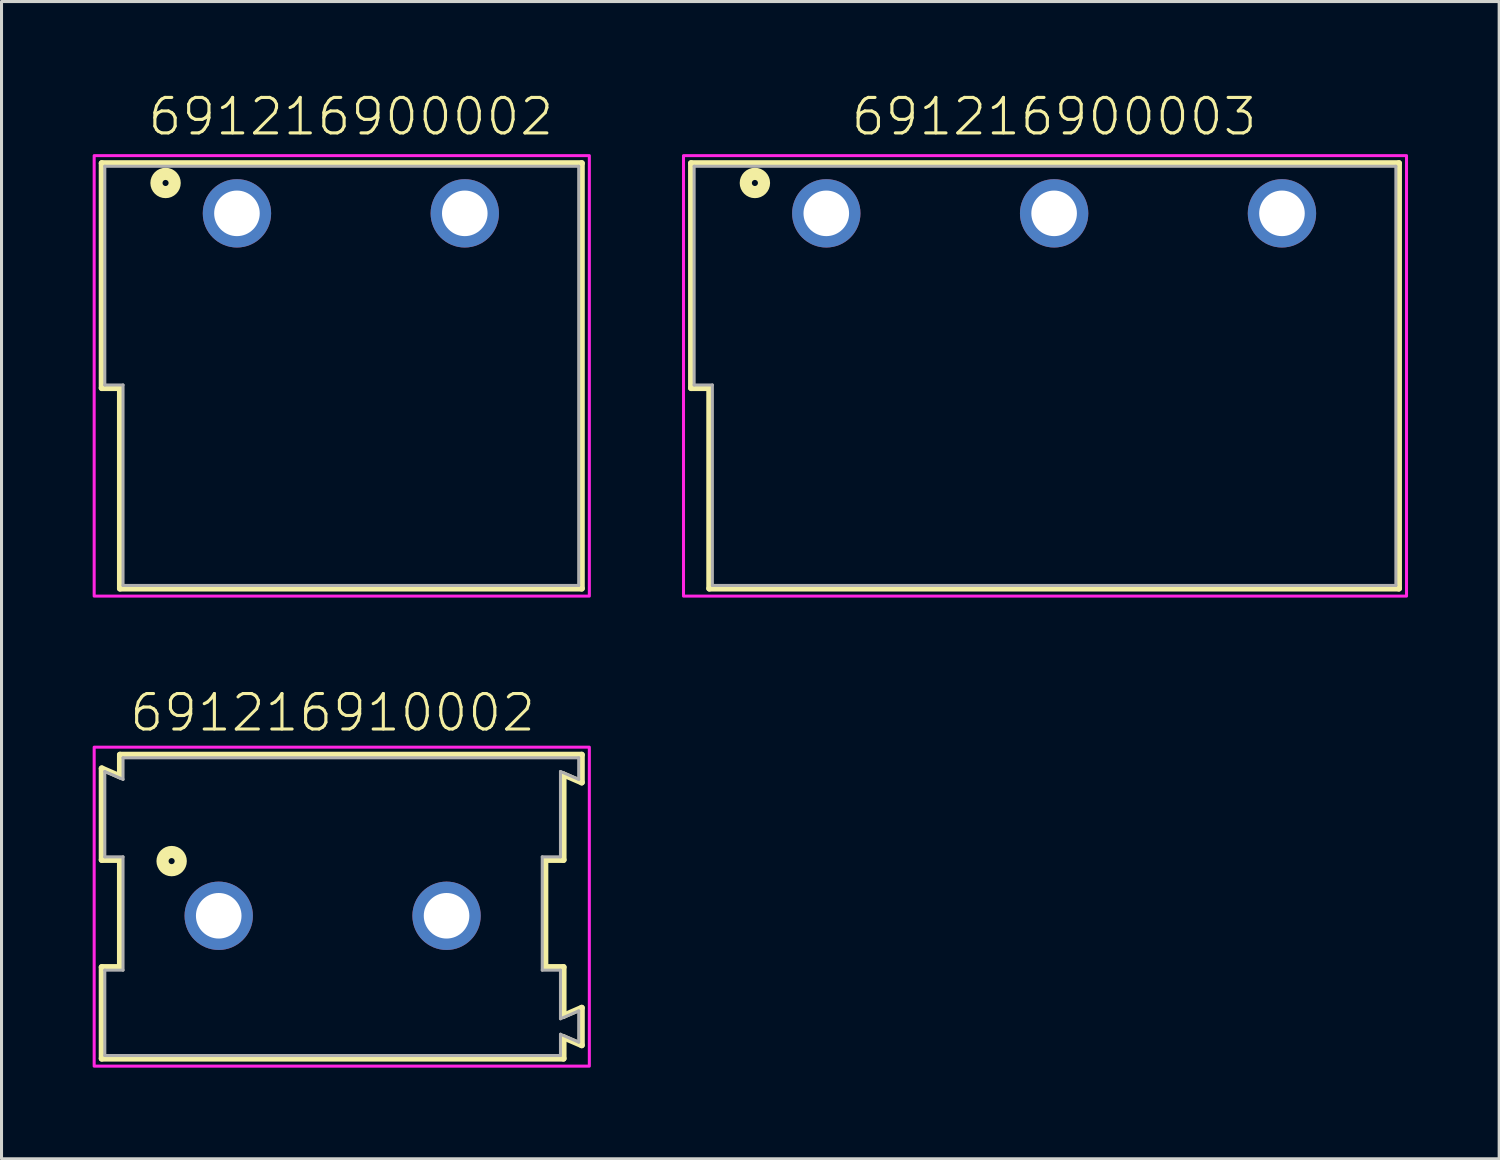
<source format=kicad_pcb>
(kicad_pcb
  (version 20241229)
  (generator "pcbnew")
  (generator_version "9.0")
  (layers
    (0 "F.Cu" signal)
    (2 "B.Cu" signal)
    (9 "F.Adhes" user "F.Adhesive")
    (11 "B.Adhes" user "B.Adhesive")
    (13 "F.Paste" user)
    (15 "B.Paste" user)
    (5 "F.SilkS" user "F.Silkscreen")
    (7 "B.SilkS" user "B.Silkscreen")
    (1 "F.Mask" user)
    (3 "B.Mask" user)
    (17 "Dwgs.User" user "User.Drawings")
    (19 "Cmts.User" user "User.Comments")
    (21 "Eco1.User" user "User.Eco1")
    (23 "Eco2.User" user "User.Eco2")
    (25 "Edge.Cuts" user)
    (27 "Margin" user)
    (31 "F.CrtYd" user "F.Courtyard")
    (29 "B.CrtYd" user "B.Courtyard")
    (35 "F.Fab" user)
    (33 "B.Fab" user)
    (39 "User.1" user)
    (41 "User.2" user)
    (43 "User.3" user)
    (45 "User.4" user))
  (footprint "691216910002"
    (layer "F.Cu")
    (at 7.9 27.096)
    (property "Reference" "691216910002" (at 0 -6 0) (unlocked yes) (layer "F.SilkS") (effects (font (size 1.168 1.168) (thickness 0.102)) (justify bottom)))
    (fp_line (start -7.6 -4.85) (end -7 -4.59) (stroke (width 0.2) (type solid)) (layer "F.SilkS"))
    (fp_line (start -7.6 -1.84) (end -7.6 -4.85) (stroke (width 0.2) (type solid)) (layer "F.SilkS"))
    (fp_line (start -7.6 1.69) (end -7 1.69) (stroke (width 0.2) (type solid)) (layer "F.SilkS"))
    (fp_line (start -7.6 4.7) (end -7.6 1.69) (stroke (width 0.2) (type solid)) (layer "F.SilkS"))
    (fp_line (start -7 -5.3) (end 8.2 -5.3) (stroke (width 0.2) (type solid)) (layer "F.SilkS"))
    (fp_line (start -7 -4.59) (end -7 -5.3) (stroke (width 0.2) (type solid)) (layer "F.SilkS"))
    (fp_line (start -7 -1.84) (end -7.6 -1.84) (stroke (width 0.2) (type solid)) (layer "F.SilkS"))
    (fp_line (start -7 1.69) (end -7 -1.84) (stroke (width 0.2) (type solid)) (layer "F.SilkS"))
    (fp_line (start 7 -1.84) (end 7 1.69) (stroke (width 0.2) (type solid)) (layer "F.SilkS"))
    (fp_line (start 7 1.69) (end 7.6 1.69) (stroke (width 0.2) (type solid)) (layer "F.SilkS"))
    (fp_line (start 7.6 -4.65) (end 7.6 -1.84) (stroke (width 0.2) (type solid)) (layer "F.SilkS"))
    (fp_line (start 7.6 -1.84) (end 7 -1.84) (stroke (width 0.2) (type solid)) (layer "F.SilkS"))
    (fp_line (start 7.6 1.69) (end 7.6 3.29) (stroke (width 0.2) (type solid)) (layer "F.SilkS"))
    (fp_line (start 7.6 3.29) (end 8.2 3.03) (stroke (width 0.2) (type solid)) (layer "F.SilkS"))
    (fp_line (start 7.6 4) (end 7.6 4.7) (stroke (width 0.2) (type solid)) (layer "F.SilkS"))
    (fp_line (start 7.6 4.7) (end -7.6 4.7) (stroke (width 0.2) (type solid)) (layer "F.SilkS"))
    (fp_line (start 8.2 -5.3) (end 8.2 -4.39) (stroke (width 0.2) (type solid)) (layer "F.SilkS"))
    (fp_line (start 8.2 -4.39) (end 7.6 -4.65) (stroke (width 0.2) (type solid)) (layer "F.SilkS"))
    (fp_line (start 8.2 3.03) (end 8.2 4.26) (stroke (width 0.2) (type solid)) (layer "F.SilkS"))
    (fp_line (start 8.2 4.26) (end 7.6 4) (stroke (width 0.2) (type solid)) (layer "F.SilkS"))
    (fp_circle (center -5.3 -1.8) (end -5.2 -1.8) (stroke (width 0.4) (type solid)) (fill no) (layer "F.SilkS"))
    (fp_poly (pts (xy 8.45 4.95) (xy -7.85 4.95) (xy -7.85 -5.55) (xy 8.45 -5.55)) (stroke (width 0.1) (type default)) (fill no) (layer "F.CrtYd"))
    (fp_line (start -7.5 -4.75) (end -7.5 -1.94) (stroke (width 0.1) (type solid)) (layer "F.Fab"))
    (fp_line (start -7.5 -4.75) (end -6.9 -4.49) (stroke (width 0.1) (type solid)) (layer "F.Fab"))
    (fp_line (start -7.5 -1.94) (end -6.9 -1.94) (stroke (width 0.1) (type solid)) (layer "F.Fab"))
    (fp_line (start -7.5 1.79) (end -7.5 4.6) (stroke (width 0.1) (type solid)) (layer "F.Fab"))
    (fp_line (start -7.5 4.6) (end 7.5 4.6) (stroke (width 0.1) (type solid)) (layer "F.Fab"))
    (fp_line (start -6.9 -5.2) (end 8.1 -5.2) (stroke (width 0.1) (type solid)) (layer "F.Fab"))
    (fp_line (start -6.9 -4.49) (end -6.9 -5.2) (stroke (width 0.1) (type solid)) (layer "F.Fab"))
    (fp_line (start -6.9 -1.94) (end -6.9 1.79) (stroke (width 0.1) (type solid)) (layer "F.Fab"))
    (fp_line (start -6.9 1.79) (end -7.5 1.79) (stroke (width 0.1) (type solid)) (layer "F.Fab"))
    (fp_line (start 6.9 -1.94) (end 6.9 1.79) (stroke (width 0.1) (type solid)) (layer "F.Fab"))
    (fp_line (start 6.9 1.79) (end 7.5 1.79) (stroke (width 0.1) (type solid)) (layer "F.Fab"))
    (fp_line (start 7.5 -4.75) (end 7.5 -1.94) (stroke (width 0.1) (type solid)) (layer "F.Fab"))
    (fp_line (start 7.5 -1.94) (end 6.9 -1.94) (stroke (width 0.1) (type solid)) (layer "F.Fab"))
    (fp_line (start 7.5 1.79) (end 7.5 3.39) (stroke (width 0.1) (type solid)) (layer "F.Fab"))
    (fp_line (start 7.5 3.39) (end 8.1 3.13) (stroke (width 0.1) (type solid)) (layer "F.Fab"))
    (fp_line (start 7.5 3.9) (end 7.5 4.6) (stroke (width 0.1) (type solid)) (layer "F.Fab"))
    (fp_line (start 7.5 3.9) (end 8.1 4.16) (stroke (width 0.1) (type solid)) (layer "F.Fab"))
    (fp_line (start 8.1 -5.2) (end 8.1 -4.49) (stroke (width 0.1) (type solid)) (layer "F.Fab"))
    (fp_line (start 8.1 -4.49) (end 7.5 -4.75) (stroke (width 0.1) (type solid)) (layer "F.Fab"))
    (fp_line (start 8.1 3.13) (end 8.1 4.16) (stroke (width 0.1) (type solid)) (layer "F.Fab"))
    (pad "1" thru_hole circle (at -3.75 0) (size 2.25 2.25) (drill 1.5) (layers "*.Cu" "*.Mask"))
    (pad "2" thru_hole circle (at 3.75 0) (size 2.25 2.25) (drill 1.5) (layers "*.Cu" "*.Mask")))
  (footprint "691216900002"
    (layer "F.Cu")
    (at 8.5 3.973)
    (property "Reference" "691216900002" (at 0 -2.5 0) (unlocked yes) (layer "F.SilkS") (effects (font (size 1.168 1.168) (thickness 0.102)) (justify bottom)))
    (fp_line (start -8.2 -1.65) (end 7.6 -1.65) (stroke (width 0.2) (type solid)) (layer "F.SilkS"))
    (fp_line (start -8.2 5.75) (end -8.2 -1.65) (stroke (width 0.2) (type solid)) (layer "F.SilkS"))
    (fp_line (start -7.6 5.75) (end -8.2 5.75) (stroke (width 0.2) (type solid)) (layer "F.SilkS"))
    (fp_line (start -7.6 12.35) (end -7.6 5.75) (stroke (width 0.2) (type solid)) (layer "F.SilkS"))
    (fp_line (start 7.6 -1.65) (end 7.6 12.35) (stroke (width 0.2) (type solid)) (layer "F.SilkS"))
    (fp_line (start 7.6 12.35) (end -7.6 12.35) (stroke (width 0.2) (type solid)) (layer "F.SilkS"))
    (fp_circle (center -6.1 -1) (end -6 -1) (stroke (width 0.4) (type solid)) (fill no) (layer "F.SilkS"))
    (fp_poly (pts (xy 7.85 12.6) (xy -8.45 12.6) (xy -8.45 -1.9) (xy 7.85 -1.9)) (stroke (width 0.1) (type default)) (fill no) (layer "F.CrtYd"))
    (fp_line (start -8.1 -1.55) (end -8.1 5.65) (stroke (width 0.1) (type solid)) (layer "F.Fab"))
    (fp_line (start -8.1 -1.55) (end 7.5 -1.55) (stroke (width 0.1) (type solid)) (layer "F.Fab"))
    (fp_line (start -8.1 5.65) (end -7.5 5.65) (stroke (width 0.1) (type solid)) (layer "F.Fab"))
    (fp_line (start -7.5 12.25) (end -7.5 5.65) (stroke (width 0.1) (type solid)) (layer "F.Fab"))
    (fp_line (start 7.5 -1.55) (end 7.5 12.25) (stroke (width 0.1) (type solid)) (layer "F.Fab"))
    (fp_line (start 7.5 12.25) (end -7.5 12.25) (stroke (width 0.1) (type solid)) (layer "F.Fab"))
    (pad "1" thru_hole circle (at -3.75 0) (size 2.25 2.25) (drill 1.5) (layers "*.Cu" "*.Mask"))
    (pad "2" thru_hole circle (at 3.75 0) (size 2.25 2.25) (drill 1.5) (layers "*.Cu" "*.Mask")))
  (footprint "691216900003"
    (layer "F.Cu")
    (at 31.65 3.973)
    (property "Reference" "691216900003" (at 0 -2.5 0) (unlocked yes) (layer "F.SilkS") (effects (font (size 1.168 1.168) (thickness 0.102)) (justify bottom)))
    (fp_line (start -11.95 -1.65) (end 11.35 -1.65) (stroke (width 0.2) (type solid)) (layer "F.SilkS"))
    (fp_line (start -11.95 5.75) (end -11.95 -1.65) (stroke (width 0.2) (type solid)) (layer "F.SilkS"))
    (fp_line (start -11.35 5.75) (end -11.95 5.75) (stroke (width 0.2) (type solid)) (layer "F.SilkS"))
    (fp_line (start -11.35 12.35) (end -11.35 5.75) (stroke (width 0.2) (type solid)) (layer "F.SilkS"))
    (fp_line (start 11.35 -1.65) (end 11.35 12.35) (stroke (width 0.2) (type solid)) (layer "F.SilkS"))
    (fp_line (start 11.35 12.35) (end -11.35 12.35) (stroke (width 0.2) (type solid)) (layer "F.SilkS"))
    (fp_circle (center -9.85 -1) (end -9.75 -1) (stroke (width 0.4) (type solid)) (fill no) (layer "F.SilkS"))
    (fp_poly (pts (xy 11.6 12.6) (xy -12.2 12.6) (xy -12.2 -1.9) (xy 11.6 -1.9)) (stroke (width 0.1) (type default)) (fill no) (layer "F.CrtYd"))
    (fp_line (start -11.85 -1.55) (end -11.85 5.65) (stroke (width 0.1) (type solid)) (layer "F.Fab"))
    (fp_line (start -11.85 -1.55) (end 11.25 -1.55) (stroke (width 0.1) (type solid)) (layer "F.Fab"))
    (fp_line (start -11.85 5.65) (end -11.25 5.65) (stroke (width 0.1) (type solid)) (layer "F.Fab"))
    (fp_line (start -11.25 12.25) (end -11.25 5.65) (stroke (width 0.1) (type solid)) (layer "F.Fab"))
    (fp_line (start 11.25 -1.55) (end 11.25 12.25) (stroke (width 0.1) (type solid)) (layer "F.Fab"))
    (fp_line (start 11.25 12.25) (end -11.25 12.25) (stroke (width 0.1) (type solid)) (layer "F.Fab"))
    (pad "1" thru_hole circle (at -7.5 0) (size 2.25 2.25) (drill 1.5) (layers "*.Cu" "*.Mask"))
    (pad "2" thru_hole circle (at 0 0) (size 2.25 2.25) (drill 1.5) (layers "*.Cu" "*.Mask"))
    (pad "3" thru_hole circle (at 7.5 0) (size 2.25 2.25) (drill 1.5) (layers "*.Cu" "*.Mask")))
  (gr_rect
    (start -3 -3)
    (end 46.3 35.096)
    (stroke (width 0.1) (type default))
    (fill no)
    (layer "Edge.Cuts")))
</source>
